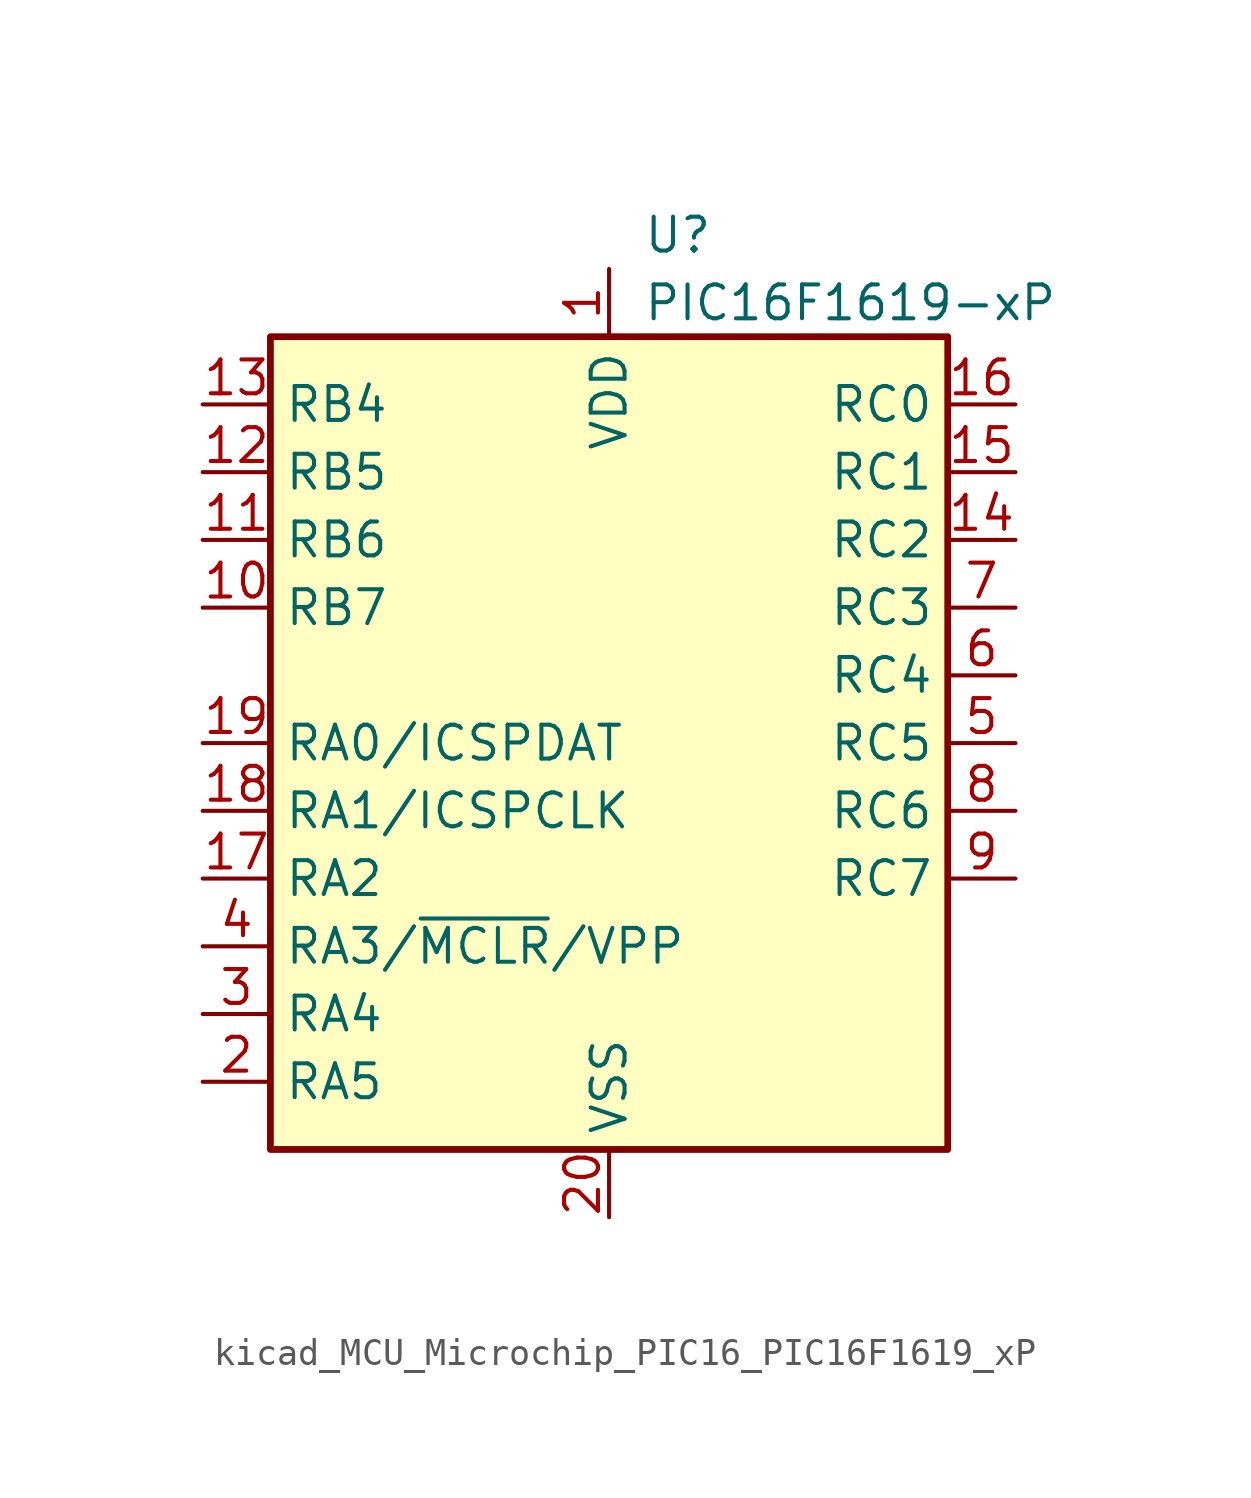
<source format=kicad_sym>
(kicad_symbol_lib
  (version 20220914)
  (generator kicad_symbol_editor)
  (symbol "kicad_MCU_Microchip_PIC16_PIC16F1619_xP"
    (property "Reference" "U"
      (at 1.27 19.05 0)
      (effects (font (size 1.27 1.27)) (justify left)))
    (property "Value" "PIC16F1619-xP"
      (at 1.27 16.51 0)
      (effects (font (size 1.27 1.27)) (justify left)))
    (symbol "kicad_MCU_Microchip_PIC16_PIC16F1619_xP_0_1"
      (rectangle (start -12.7 15.24) (end 12.7 -15.24) (stroke (width 0.254) (type default)) (fill (type background))))
    (symbol "kicad_MCU_Microchip_PIC16_PIC16F1619_xP_1_1"
      (pin power_in line (at 0 17.78 270) (length 2.54) (name "VDD" (effects (font (size 1.27 1.27)))) (number "1" (effects (font (size 1.27 1.27)))))
      (pin bidirectional line (at -15.24 5.08 0) (length 2.54) (name "RB7" (effects (font (size 1.27 1.27)))) (number "10" (effects (font (size 1.27 1.27)))))
      (pin bidirectional line (at -15.24 7.62 0) (length 2.54) (name "RB6" (effects (font (size 1.27 1.27)))) (number "11" (effects (font (size 1.27 1.27)))))
      (pin bidirectional line (at -15.24 10.16 0) (length 2.54) (name "RB5" (effects (font (size 1.27 1.27)))) (number "12" (effects (font (size 1.27 1.27)))))
      (pin bidirectional line (at -15.24 12.7 0) (length 2.54) (name "RB4" (effects (font (size 1.27 1.27)))) (number "13" (effects (font (size 1.27 1.27)))))
      (pin bidirectional line (at 15.24 7.62 180) (length 2.54) (name "RC2" (effects (font (size 1.27 1.27)))) (number "14" (effects (font (size 1.27 1.27)))))
      (pin bidirectional line (at 15.24 10.16 180) (length 2.54) (name "RC1" (effects (font (size 1.27 1.27)))) (number "15" (effects (font (size 1.27 1.27)))))
      (pin bidirectional line (at 15.24 12.7 180) (length 2.54) (name "RC0" (effects (font (size 1.27 1.27)))) (number "16" (effects (font (size 1.27 1.27)))))
      (pin bidirectional line (at -15.24 -5.08 0) (length 2.54) (name "RA2" (effects (font (size 1.27 1.27)))) (number "17" (effects (font (size 1.27 1.27)))))
      (pin bidirectional line (at -15.24 -2.54 0) (length 2.54) (name "RA1/ICSPCLK" (effects (font (size 1.27 1.27)))) (number "18" (effects (font (size 1.27 1.27)))))
      (pin bidirectional line (at -15.24 0 0) (length 2.54) (name "RA0/ICSPDAT" (effects (font (size 1.27 1.27)))) (number "19" (effects (font (size 1.27 1.27)))))
      (pin bidirectional line (at -15.24 -12.7 0) (length 2.54) (name "RA5" (effects (font (size 1.27 1.27)))) (number "2" (effects (font (size 1.27 1.27)))))
      (pin power_in line (at 0 -17.78 90) (length 2.54) (name "VSS" (effects (font (size 1.27 1.27)))) (number "20" (effects (font (size 1.27 1.27)))))
      (pin bidirectional line (at -15.24 -10.16 0) (length 2.54) (name "RA4" (effects (font (size 1.27 1.27)))) (number "3" (effects (font (size 1.27 1.27)))))
      (pin bidirectional line (at -15.24 -7.62 0) (length 2.54) (name "RA3/~{MCLR}/VPP" (effects (font (size 1.27 1.27)))) (number "4" (effects (font (size 1.27 1.27)))))
      (pin bidirectional line (at 15.24 0 180) (length 2.54) (name "RC5" (effects (font (size 1.27 1.27)))) (number "5" (effects (font (size 1.27 1.27)))))
      (pin bidirectional line (at 15.24 2.54 180) (length 2.54) (name "RC4" (effects (font (size 1.27 1.27)))) (number "6" (effects (font (size 1.27 1.27)))))
      (pin bidirectional line (at 15.24 5.08 180) (length 2.54) (name "RC3" (effects (font (size 1.27 1.27)))) (number "7" (effects (font (size 1.27 1.27)))))
      (pin bidirectional line (at 15.24 -2.54 180) (length 2.54) (name "RC6" (effects (font (size 1.27 1.27)))) (number "8" (effects (font (size 1.27 1.27)))))
      (pin bidirectional line (at 15.24 -5.08 180) (length 2.54) (name "RC7" (effects (font (size 1.27 1.27)))) (number "9" (effects (font (size 1.27 1.27))))))))
</source>
